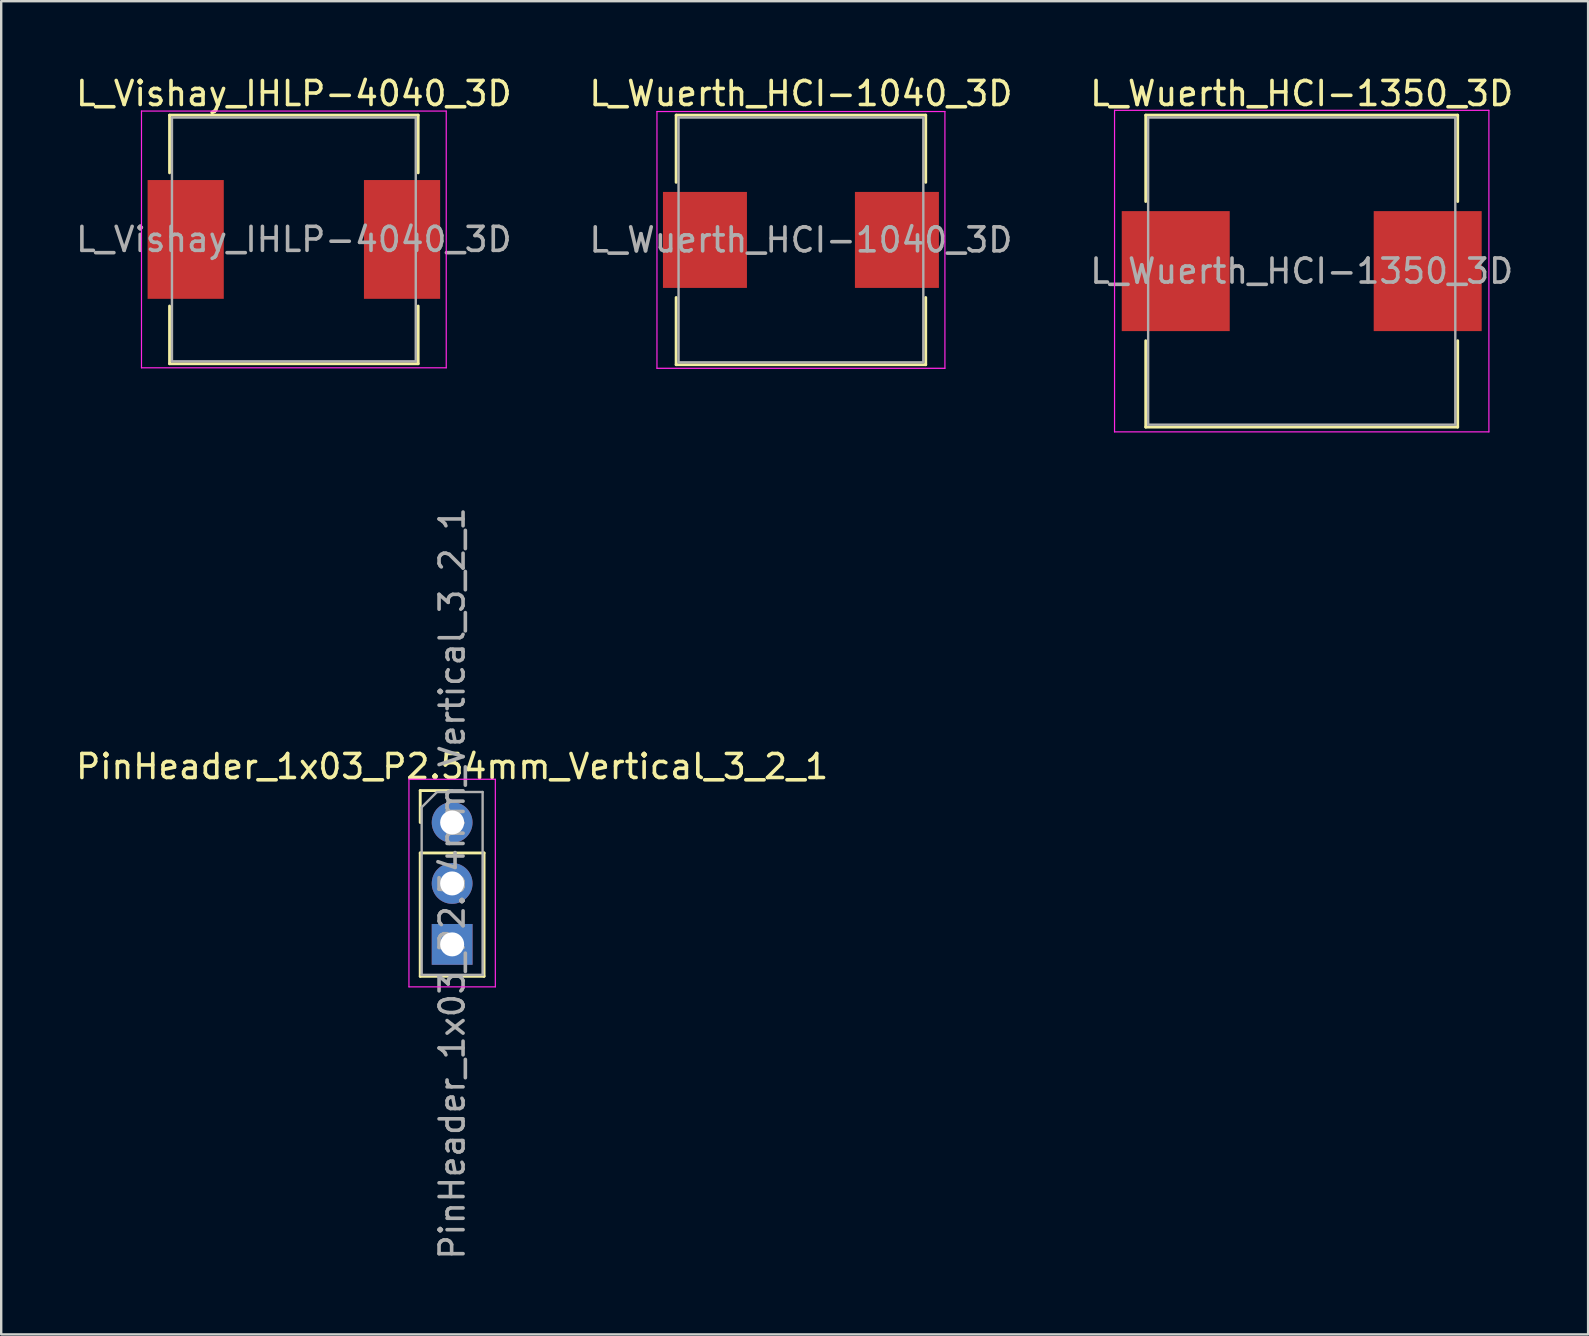
<source format=kicad_pcb>
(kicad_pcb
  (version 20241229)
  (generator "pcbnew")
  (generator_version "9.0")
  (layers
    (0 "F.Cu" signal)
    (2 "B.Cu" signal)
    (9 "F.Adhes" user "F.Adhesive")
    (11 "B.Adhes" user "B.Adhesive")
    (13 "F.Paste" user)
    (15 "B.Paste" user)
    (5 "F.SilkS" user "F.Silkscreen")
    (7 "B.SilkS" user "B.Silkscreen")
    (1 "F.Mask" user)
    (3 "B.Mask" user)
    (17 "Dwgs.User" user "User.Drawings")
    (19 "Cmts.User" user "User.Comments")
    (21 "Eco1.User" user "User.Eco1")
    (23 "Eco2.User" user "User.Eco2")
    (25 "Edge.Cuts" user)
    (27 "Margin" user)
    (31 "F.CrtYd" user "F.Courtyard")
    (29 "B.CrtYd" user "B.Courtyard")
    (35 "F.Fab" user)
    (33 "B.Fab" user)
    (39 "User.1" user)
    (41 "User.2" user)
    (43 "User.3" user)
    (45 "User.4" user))
  (footprint "L_Wuerth_HCI-1350_3D"
    (layer "F.Cu")
    (at 51.196 8.248)
    (property "Reference" "L_Wuerth_HCI-1350_3D" (at 0 -7.4 0) (layer "F.SilkS") (effects (font (size 1 1) (thickness 0.15))))
    (attr smd)
    (fp_line (start -6.5 -6.5) (end 6.5 -6.5) (stroke (width 0.12) (type solid)) (layer "F.SilkS"))
    (fp_line (start -6.5 -2.9) (end -6.5 -6.5) (stroke (width 0.12) (type solid)) (layer "F.SilkS"))
    (fp_line (start -6.5 2.9) (end -6.5 6.5) (stroke (width 0.12) (type solid)) (layer "F.SilkS"))
    (fp_line (start -6.5 6.5) (end 6.5 6.5) (stroke (width 0.12) (type solid)) (layer "F.SilkS"))
    (fp_line (start 6.5 -6.5) (end 6.5 -2.9) (stroke (width 0.12) (type solid)) (layer "F.SilkS"))
    (fp_line (start 6.5 6.5) (end 6.5 2.9) (stroke (width 0.12) (type solid)) (layer "F.SilkS"))
    (fp_line (start -7.8 -6.7) (end -7.8 6.7) (stroke (width 0.05) (type solid)) (layer "F.CrtYd"))
    (fp_line (start -7.8 6.7) (end 7.8 6.7) (stroke (width 0.05) (type solid)) (layer "F.CrtYd"))
    (fp_line (start 7.8 -6.7) (end -7.8 -6.7) (stroke (width 0.05) (type solid)) (layer "F.CrtYd"))
    (fp_line (start 7.8 6.7) (end 7.8 -6.7) (stroke (width 0.05) (type solid)) (layer "F.CrtYd"))
    (fp_line (start -6.4 -6.4) (end -6.4 6.4) (stroke (width 0.1) (type solid)) (layer "F.Fab"))
    (fp_line (start -6.4 6.4) (end 6.4 6.4) (stroke (width 0.1) (type solid)) (layer "F.Fab"))
    (fp_line (start 6.4 -6.4) (end -6.4 -6.4) (stroke (width 0.1) (type solid)) (layer "F.Fab"))
    (fp_line (start 6.4 6.4) (end 6.4 -6.4) (stroke (width 0.1) (type solid)) (layer "F.Fab"))
    (fp_text user "${REFERENCE}" (at 0 0 0) (layer "F.Fab") (effects (font (size 1 1) (thickness 0.15))))
    (pad "1" smd rect (at -5.25 0) (size 4.5 5) (layers "F.Cu" "F.Mask" "F.Paste"))
    (pad "2" smd rect (at 5.25 0) (size 4.5 5) (layers "F.Cu" "F.Mask" "F.Paste")))
  (footprint "L_Vishay_IHLP-4040_3D"
    (layer "F.Cu")
    (at 9.196 6.928)
    (property "Reference" "L_Vishay_IHLP-4040_3D" (at 0 -6.08 0) (layer "F.SilkS") (effects (font (size 1 1) (thickness 0.15))))
    (attr smd)
    (fp_line (start -5.18 -5.18) (end 5.18 -5.18) (stroke (width 0.12) (type solid)) (layer "F.SilkS"))
    (fp_line (start -5.18 -2.775) (end -5.18 -5.18) (stroke (width 0.12) (type solid)) (layer "F.SilkS"))
    (fp_line (start -5.18 2.775) (end -5.18 5.18) (stroke (width 0.12) (type solid)) (layer "F.SilkS"))
    (fp_line (start -5.18 5.18) (end 5.18 5.18) (stroke (width 0.12) (type solid)) (layer "F.SilkS"))
    (fp_line (start 5.18 -5.18) (end 5.18 -2.775) (stroke (width 0.12) (type solid)) (layer "F.SilkS"))
    (fp_line (start 5.18 5.18) (end 5.18 2.775) (stroke (width 0.12) (type solid)) (layer "F.SilkS"))
    (fp_line (start -6.35 -5.35) (end -6.35 5.35) (stroke (width 0.05) (type solid)) (layer "F.CrtYd"))
    (fp_line (start -6.35 5.35) (end 6.35 5.35) (stroke (width 0.05) (type solid)) (layer "F.CrtYd"))
    (fp_line (start 6.35 -5.35) (end -6.35 -5.35) (stroke (width 0.05) (type solid)) (layer "F.CrtYd"))
    (fp_line (start 6.35 5.35) (end 6.35 -5.35) (stroke (width 0.05) (type solid)) (layer "F.CrtYd"))
    (fp_line (start -5.08 -5.08) (end -5.08 5.08) (stroke (width 0.1) (type solid)) (layer "F.Fab"))
    (fp_line (start -5.08 5.08) (end 5.08 5.08) (stroke (width 0.1) (type solid)) (layer "F.Fab"))
    (fp_line (start 5.08 -5.08) (end -5.08 -5.08) (stroke (width 0.1) (type solid)) (layer "F.Fab"))
    (fp_line (start 5.08 5.08) (end 5.08 -5.08) (stroke (width 0.1) (type solid)) (layer "F.Fab"))
    (fp_text user "${REFERENCE}" (at 0 0 0) (layer "F.Fab") (effects (font (size 1 1) (thickness 0.15))))
    (pad "1" smd rect (at -4.508 0) (size 3.175 4.95) (layers "F.Cu" "F.Mask" "F.Paste"))
    (pad "2" smd rect (at 4.508 0) (size 3.175 4.95) (layers "F.Cu" "F.Mask" "F.Paste")))
  (footprint "L_Wuerth_HCI-1040_3D"
    (layer "F.Cu")
    (at 30.327 6.948)
    (property "Reference" "L_Wuerth_HCI-1040_3D" (at 0 -6.1 0) (layer "F.SilkS") (effects (font (size 1 1) (thickness 0.15))))
    (attr smd)
    (fp_line (start -5.2 -5.2) (end 5.2 -5.2) (stroke (width 0.12) (type solid)) (layer "F.SilkS"))
    (fp_line (start -5.2 -2.4) (end -5.2 -5.2) (stroke (width 0.12) (type solid)) (layer "F.SilkS"))
    (fp_line (start -5.2 2.4) (end -5.2 5.2) (stroke (width 0.12) (type solid)) (layer "F.SilkS"))
    (fp_line (start -5.2 5.2) (end 5.2 5.2) (stroke (width 0.12) (type solid)) (layer "F.SilkS"))
    (fp_line (start 5.2 -5.2) (end 5.2 -2.4) (stroke (width 0.12) (type solid)) (layer "F.SilkS"))
    (fp_line (start 5.2 5.2) (end 5.2 2.4) (stroke (width 0.12) (type solid)) (layer "F.SilkS"))
    (fp_line (start -6 -5.35) (end -6 5.35) (stroke (width 0.05) (type solid)) (layer "F.CrtYd"))
    (fp_line (start -6 5.35) (end 6 5.35) (stroke (width 0.05) (type solid)) (layer "F.CrtYd"))
    (fp_line (start 6 -5.35) (end -6 -5.35) (stroke (width 0.05) (type solid)) (layer "F.CrtYd"))
    (fp_line (start 6 5.35) (end 6 -5.35) (stroke (width 0.05) (type solid)) (layer "F.CrtYd"))
    (fp_line (start -5.1 -5.1) (end -5.1 5.1) (stroke (width 0.1) (type solid)) (layer "F.Fab"))
    (fp_line (start -5.1 5.1) (end 5.1 5.1) (stroke (width 0.1) (type solid)) (layer "F.Fab"))
    (fp_line (start 5.1 -5.1) (end -5.1 -5.1) (stroke (width 0.1) (type solid)) (layer "F.Fab"))
    (fp_line (start 5.1 5.1) (end 5.1 -5.1) (stroke (width 0.1) (type solid)) (layer "F.Fab"))
    (fp_text user "${REFERENCE}" (at 0 0 0) (layer "F.Fab") (effects (font (size 1 1) (thickness 0.15))))
    (pad "1" smd rect (at -4 0) (size 3.5 4) (layers "F.Cu" "F.Mask" "F.Paste"))
    (pad "2" smd rect (at 4 0) (size 3.5 4) (layers "F.Cu" "F.Mask" "F.Paste")))
  (footprint "PinHeader_1x03_P2.54mm_Vertical_3_2_1"
    (layer "F.Cu")
    (at 15.792 31.225)
    (property "Reference" "PinHeader_1x03_P2.54mm_Vertical_3_2_1" (at 0 -2.33 0) (layer "F.SilkS") (effects (font (size 1 1) (thickness 0.15))))
    (attr through_hole)
    (fp_line (start -1.33 -1.33) (end 0 -1.33) (stroke (width 0.12) (type solid)) (layer "F.SilkS"))
    (fp_line (start -1.33 0) (end -1.33 -1.33) (stroke (width 0.12) (type solid)) (layer "F.SilkS"))
    (fp_line (start -1.33 1.27) (end -1.33 6.41) (stroke (width 0.12) (type solid)) (layer "F.SilkS"))
    (fp_line (start -1.33 1.27) (end 1.33 1.27) (stroke (width 0.12) (type solid)) (layer "F.SilkS"))
    (fp_line (start -1.33 6.41) (end 1.33 6.41) (stroke (width 0.12) (type solid)) (layer "F.SilkS"))
    (fp_line (start 1.33 1.27) (end 1.33 6.41) (stroke (width 0.12) (type solid)) (layer "F.SilkS"))
    (fp_line (start -1.8 -1.8) (end -1.8 6.85) (stroke (width 0.05) (type solid)) (layer "F.CrtYd"))
    (fp_line (start -1.8 6.85) (end 1.8 6.85) (stroke (width 0.05) (type solid)) (layer "F.CrtYd"))
    (fp_line (start 1.8 -1.8) (end -1.8 -1.8) (stroke (width 0.05) (type solid)) (layer "F.CrtYd"))
    (fp_line (start 1.8 6.85) (end 1.8 -1.8) (stroke (width 0.05) (type solid)) (layer "F.CrtYd"))
    (fp_line (start -1.27 -0.635) (end -0.635 -1.27) (stroke (width 0.1) (type solid)) (layer "F.Fab"))
    (fp_line (start -1.27 6.35) (end -1.27 -0.635) (stroke (width 0.1) (type solid)) (layer "F.Fab"))
    (fp_line (start -0.635 -1.27) (end 1.27 -1.27) (stroke (width 0.1) (type solid)) (layer "F.Fab"))
    (fp_line (start 1.27 -1.27) (end 1.27 6.35) (stroke (width 0.1) (type solid)) (layer "F.Fab"))
    (fp_line (start 1.27 6.35) (end -1.27 6.35) (stroke (width 0.1) (type solid)) (layer "F.Fab"))
    (fp_text user "${REFERENCE}" (at 0 2.54 90) (layer "F.Fab") (effects (font (size 1 1) (thickness 0.15))))
    (pad "1" thru_hole rect (at 0 5.08) (size 1.7 1.7) (drill 1) (layers "*.Cu" "*.Mask"))
    (pad "2" thru_hole oval (at 0 2.54) (size 1.7 1.7) (drill 1) (layers "*.Cu" "*.Mask"))
    (pad "3" thru_hole circle (at 0 0) (size 1.7 1.7) (drill 1) (layers "*.Cu" "*.Mask")))
  (gr_rect
    (start -3 -3)
    (end 63.131 52.557)
    (stroke (width 0.1) (type default))
    (fill no)
    (layer "Edge.Cuts")))
</source>
